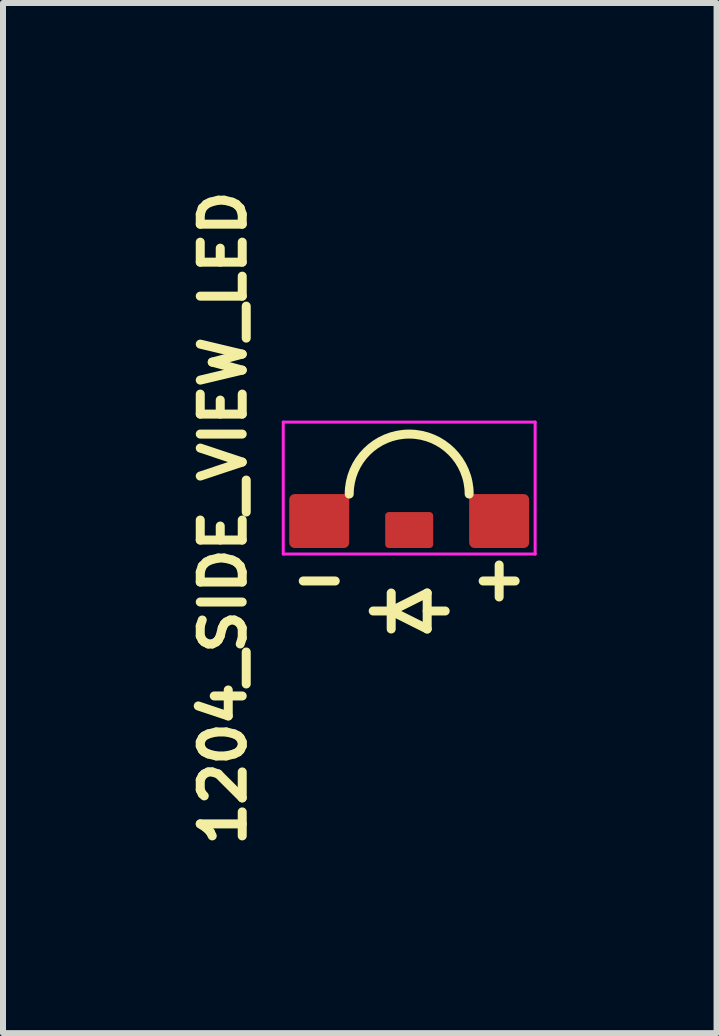
<source format=kicad_pcb>
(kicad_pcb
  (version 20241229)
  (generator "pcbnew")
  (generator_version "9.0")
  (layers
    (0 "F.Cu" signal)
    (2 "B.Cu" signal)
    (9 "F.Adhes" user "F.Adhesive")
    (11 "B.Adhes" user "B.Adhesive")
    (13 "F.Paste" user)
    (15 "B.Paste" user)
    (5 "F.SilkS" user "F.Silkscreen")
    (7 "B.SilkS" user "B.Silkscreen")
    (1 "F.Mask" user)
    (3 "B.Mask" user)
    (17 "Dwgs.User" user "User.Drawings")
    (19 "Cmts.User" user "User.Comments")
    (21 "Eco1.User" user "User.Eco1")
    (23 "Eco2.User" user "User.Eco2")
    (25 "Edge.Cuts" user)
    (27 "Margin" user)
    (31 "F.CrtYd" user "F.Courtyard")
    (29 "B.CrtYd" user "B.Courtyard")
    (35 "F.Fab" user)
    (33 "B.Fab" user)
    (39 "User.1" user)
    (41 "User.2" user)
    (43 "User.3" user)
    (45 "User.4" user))
  (footprint "1204_SIDE_VIEW_LED"
    (layer "F.Cu")
    (at 3.773 5.588)
    (property "Reference" "1204_SIDE_VIEW_LED" (at -3.1 0 90) (layer "F.SilkS") (effects (font (size 0.7 0.7) (thickness 0.15))))
    (attr through_hole)
    (fp_line (start -0.3 1.25) (end -0.3 1.85) (stroke (width 0.15) (type solid)) (layer "F.SilkS"))
    (fp_line (start -0.3 1.55) (end -0.6 1.55) (stroke (width 0.15) (type solid)) (layer "F.SilkS"))
    (fp_line (start -0.3 1.55) (end 0.3 1.25) (stroke (width 0.15) (type solid)) (layer "F.SilkS"))
    (fp_line (start 0.3 1.25) (end 0.3 1.85) (stroke (width 0.15) (type solid)) (layer "F.SilkS"))
    (fp_line (start 0.3 1.55) (end 0.6 1.55) (stroke (width 0.15) (type solid)) (layer "F.SilkS"))
    (fp_line (start 0.3 1.85) (end -0.3 1.55) (stroke (width 0.15) (type solid)) (layer "F.SilkS"))
    (fp_arc (start -1 -0.4) (mid 0 -1.4) (end 1 -0.4) (stroke (width 0.15) (type solid)) (layer "F.SilkS"))
    (fp_line (start -2.1 -1.6) (end -2.1 0.6) (stroke (width 0.05) (type solid)) (layer "F.CrtYd"))
    (fp_line (start -2.1 0.6) (end 2.1 0.6) (stroke (width 0.05) (type solid)) (layer "F.CrtYd"))
    (fp_line (start 2.1 -1.6) (end -2.1 -1.6) (stroke (width 0.05) (type solid)) (layer "F.CrtYd"))
    (fp_line (start 2.1 0.6) (end 2.1 -1.6) (stroke (width 0.05) (type solid)) (layer "F.CrtYd"))
    (fp_text user "-    +" (at 0 1 0) (layer "F.SilkS") (effects (font (size 0.7 0.7) (thickness 0.15))))
    (pad "" smd roundrect (at 0 0.2) (size 0.8 0.6) (layers "F.Cu" "F.Mask" "F.Paste") (roundrect_rratio 0.1))
    (pad "1" smd roundrect (at -1.5 0.05) (size 1 0.9) (layers "F.Cu" "F.Mask" "F.Paste") (roundrect_rratio 0.1))
    (pad "2" smd roundrect (at 1.5 0.05) (size 1 0.9) (layers "F.Cu" "F.Mask" "F.Paste") (roundrect_rratio 0.1)))
  (gr_rect
    (start -3 -3)
    (end 8.898 14.177)
    (stroke (width 0.1) (type default))
    (fill no)
    (layer "Edge.Cuts")))
</source>
